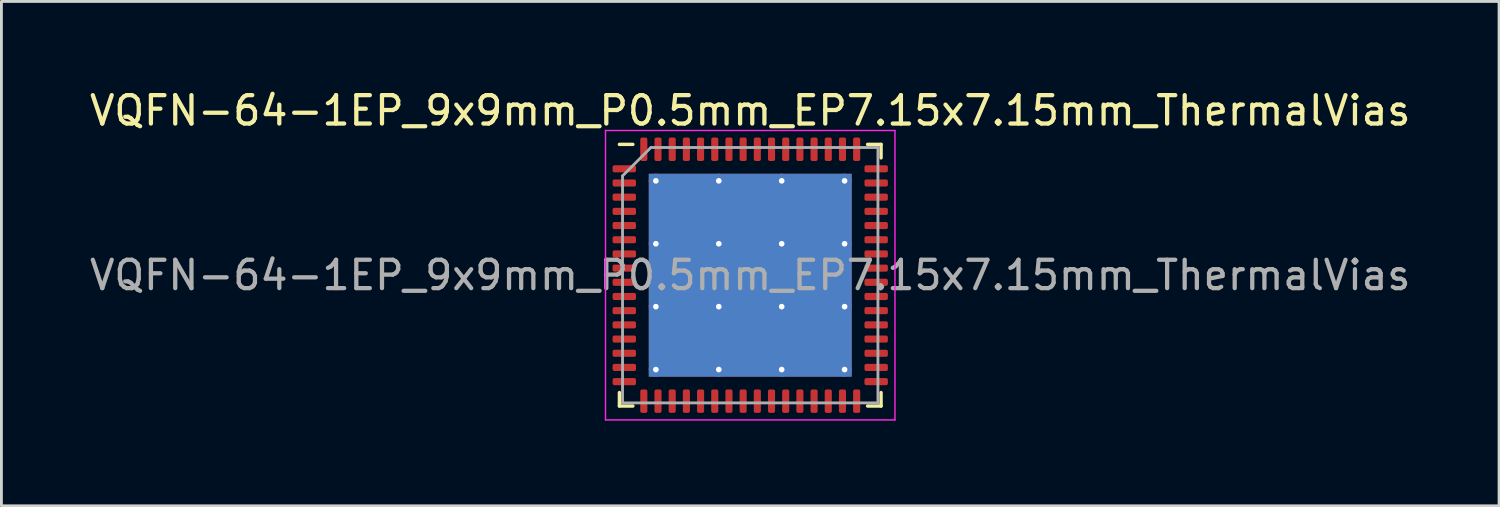
<source format=kicad_pcb>
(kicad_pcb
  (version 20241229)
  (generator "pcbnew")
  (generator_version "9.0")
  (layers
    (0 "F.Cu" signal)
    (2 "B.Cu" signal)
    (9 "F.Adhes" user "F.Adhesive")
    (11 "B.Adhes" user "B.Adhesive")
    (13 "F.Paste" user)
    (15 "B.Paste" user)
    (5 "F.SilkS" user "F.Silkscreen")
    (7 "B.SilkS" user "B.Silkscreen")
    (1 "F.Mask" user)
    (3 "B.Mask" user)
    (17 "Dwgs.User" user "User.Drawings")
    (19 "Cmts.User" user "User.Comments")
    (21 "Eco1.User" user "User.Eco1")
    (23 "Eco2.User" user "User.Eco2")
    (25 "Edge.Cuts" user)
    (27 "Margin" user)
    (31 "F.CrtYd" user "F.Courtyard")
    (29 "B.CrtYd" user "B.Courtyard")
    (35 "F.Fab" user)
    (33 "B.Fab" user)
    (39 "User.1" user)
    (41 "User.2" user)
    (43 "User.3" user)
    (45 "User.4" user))
  (footprint "VQFN-64-1EP_9x9mm_P0.5mm_EP7.15x7.15mm_ThermalVias"
    (layer "F.Cu")
    (at 23.387 6.648)
    (property "Reference" "VQFN-64-1EP_9x9mm_P0.5mm_EP7.15x7.15mm_ThermalVias" (at 0 -5.8 0) (layer "F.SilkS") (effects (font (size 1 1) (thickness 0.15))))
    (attr smd)
    (fp_line (start -4.61 4.61) (end -4.61 4.135) (stroke (width 0.12) (type solid)) (layer "F.SilkS"))
    (fp_line (start -4.135 -4.61) (end -4.61 -4.61) (stroke (width 0.12) (type solid)) (layer "F.SilkS"))
    (fp_line (start -4.135 4.61) (end -4.61 4.61) (stroke (width 0.12) (type solid)) (layer "F.SilkS"))
    (fp_line (start 4.135 -4.61) (end 4.61 -4.61) (stroke (width 0.12) (type solid)) (layer "F.SilkS"))
    (fp_line (start 4.135 4.61) (end 4.61 4.61) (stroke (width 0.12) (type solid)) (layer "F.SilkS"))
    (fp_line (start 4.61 -4.61) (end 4.61 -4.135) (stroke (width 0.12) (type solid)) (layer "F.SilkS"))
    (fp_line (start 4.61 4.61) (end 4.61 4.135) (stroke (width 0.12) (type solid)) (layer "F.SilkS"))
    (fp_line (start -5.1 -5.1) (end -5.1 5.1) (stroke (width 0.05) (type solid)) (layer "F.CrtYd"))
    (fp_line (start -5.1 5.1) (end 5.1 5.1) (stroke (width 0.05) (type solid)) (layer "F.CrtYd"))
    (fp_line (start 5.1 -5.1) (end -5.1 -5.1) (stroke (width 0.05) (type solid)) (layer "F.CrtYd"))
    (fp_line (start 5.1 5.1) (end 5.1 -5.1) (stroke (width 0.05) (type solid)) (layer "F.CrtYd"))
    (fp_line (start -4.5 -3.5) (end -3.5 -4.5) (stroke (width 0.1) (type solid)) (layer "F.Fab"))
    (fp_line (start -4.5 4.5) (end -4.5 -3.5) (stroke (width 0.1) (type solid)) (layer "F.Fab"))
    (fp_line (start -3.5 -4.5) (end 4.5 -4.5) (stroke (width 0.1) (type solid)) (layer "F.Fab"))
    (fp_line (start 4.5 -4.5) (end 4.5 4.5) (stroke (width 0.1) (type solid)) (layer "F.Fab"))
    (fp_line (start 4.5 4.5) (end -4.5 4.5) (stroke (width 0.1) (type solid)) (layer "F.Fab"))
    (fp_text user "${REFERENCE}" (at 0 0 0) (layer "F.Fab") (effects (font (size 1 1) (thickness 0.15))))
    (pad "" smd roundrect (at -2.38 -2.38) (size 1.92 1.92) (layers "F.Paste") (roundrect_rratio 0.13))
    (pad "" smd roundrect (at -2.38 0) (size 1.92 1.92) (layers "F.Paste") (roundrect_rratio 0.13))
    (pad "" smd roundrect (at -2.38 2.38) (size 1.92 1.92) (layers "F.Paste") (roundrect_rratio 0.13))
    (pad "" smd roundrect (at 0 -2.38) (size 1.92 1.92) (layers "F.Paste") (roundrect_rratio 0.13))
    (pad "" smd roundrect (at 0 0) (size 1.92 1.92) (layers "F.Paste") (roundrect_rratio 0.13))
    (pad "" smd roundrect (at 0 2.38) (size 1.92 1.92) (layers "F.Paste") (roundrect_rratio 0.13))
    (pad "" smd roundrect (at 2.38 -2.38) (size 1.92 1.92) (layers "F.Paste") (roundrect_rratio 0.13))
    (pad "" smd roundrect (at 2.38 0) (size 1.92 1.92) (layers "F.Paste") (roundrect_rratio 0.13))
    (pad "" smd roundrect (at 2.38 2.38) (size 1.92 1.92) (layers "F.Paste") (roundrect_rratio 0.13))
    (pad "1" smd roundrect (at -4.438 -3.75) (size 0.825 0.25) (layers "F.Cu" "F.Mask" "F.Paste") (roundrect_rratio 0.25))
    (pad "2" smd roundrect (at -4.438 -3.25) (size 0.825 0.25) (layers "F.Cu" "F.Mask" "F.Paste") (roundrect_rratio 0.25))
    (pad "3" smd roundrect (at -4.438 -2.75) (size 0.825 0.25) (layers "F.Cu" "F.Mask" "F.Paste") (roundrect_rratio 0.25))
    (pad "4" smd roundrect (at -4.438 -2.25) (size 0.825 0.25) (layers "F.Cu" "F.Mask" "F.Paste") (roundrect_rratio 0.25))
    (pad "5" smd roundrect (at -4.438 -1.75) (size 0.825 0.25) (layers "F.Cu" "F.Mask" "F.Paste") (roundrect_rratio 0.25))
    (pad "6" smd roundrect (at -4.438 -1.25) (size 0.825 0.25) (layers "F.Cu" "F.Mask" "F.Paste") (roundrect_rratio 0.25))
    (pad "7" smd roundrect (at -4.438 -0.75) (size 0.825 0.25) (layers "F.Cu" "F.Mask" "F.Paste") (roundrect_rratio 0.25))
    (pad "8" smd roundrect (at -4.438 -0.25) (size 0.825 0.25) (layers "F.Cu" "F.Mask" "F.Paste") (roundrect_rratio 0.25))
    (pad "9" smd roundrect (at -4.438 0.25) (size 0.825 0.25) (layers "F.Cu" "F.Mask" "F.Paste") (roundrect_rratio 0.25))
    (pad "10" smd roundrect (at -4.438 0.75) (size 0.825 0.25) (layers "F.Cu" "F.Mask" "F.Paste") (roundrect_rratio 0.25))
    (pad "11" smd roundrect (at -4.438 1.25) (size 0.825 0.25) (layers "F.Cu" "F.Mask" "F.Paste") (roundrect_rratio 0.25))
    (pad "12" smd roundrect (at -4.438 1.75) (size 0.825 0.25) (layers "F.Cu" "F.Mask" "F.Paste") (roundrect_rratio 0.25))
    (pad "13" smd roundrect (at -4.438 2.25) (size 0.825 0.25) (layers "F.Cu" "F.Mask" "F.Paste") (roundrect_rratio 0.25))
    (pad "14" smd roundrect (at -4.438 2.75) (size 0.825 0.25) (layers "F.Cu" "F.Mask" "F.Paste") (roundrect_rratio 0.25))
    (pad "15" smd roundrect (at -4.438 3.25) (size 0.825 0.25) (layers "F.Cu" "F.Mask" "F.Paste") (roundrect_rratio 0.25))
    (pad "16" smd roundrect (at -4.438 3.75) (size 0.825 0.25) (layers "F.Cu" "F.Mask" "F.Paste") (roundrect_rratio 0.25))
    (pad "17" smd roundrect (at -3.75 4.438) (size 0.25 0.825) (layers "F.Cu" "F.Mask" "F.Paste") (roundrect_rratio 0.25))
    (pad "18" smd roundrect (at -3.25 4.438) (size 0.25 0.825) (layers "F.Cu" "F.Mask" "F.Paste") (roundrect_rratio 0.25))
    (pad "19" smd roundrect (at -2.75 4.438) (size 0.25 0.825) (layers "F.Cu" "F.Mask" "F.Paste") (roundrect_rratio 0.25))
    (pad "20" smd roundrect (at -2.25 4.438) (size 0.25 0.825) (layers "F.Cu" "F.Mask" "F.Paste") (roundrect_rratio 0.25))
    (pad "21" smd roundrect (at -1.75 4.438) (size 0.25 0.825) (layers "F.Cu" "F.Mask" "F.Paste") (roundrect_rratio 0.25))
    (pad "22" smd roundrect (at -1.25 4.438) (size 0.25 0.825) (layers "F.Cu" "F.Mask" "F.Paste") (roundrect_rratio 0.25))
    (pad "23" smd roundrect (at -0.75 4.438) (size 0.25 0.825) (layers "F.Cu" "F.Mask" "F.Paste") (roundrect_rratio 0.25))
    (pad "24" smd roundrect (at -0.25 4.438) (size 0.25 0.825) (layers "F.Cu" "F.Mask" "F.Paste") (roundrect_rratio 0.25))
    (pad "25" smd roundrect (at 0.25 4.438) (size 0.25 0.825) (layers "F.Cu" "F.Mask" "F.Paste") (roundrect_rratio 0.25))
    (pad "26" smd roundrect (at 0.75 4.438) (size 0.25 0.825) (layers "F.Cu" "F.Mask" "F.Paste") (roundrect_rratio 0.25))
    (pad "27" smd roundrect (at 1.25 4.438) (size 0.25 0.825) (layers "F.Cu" "F.Mask" "F.Paste") (roundrect_rratio 0.25))
    (pad "28" smd roundrect (at 1.75 4.438) (size 0.25 0.825) (layers "F.Cu" "F.Mask" "F.Paste") (roundrect_rratio 0.25))
    (pad "29" smd roundrect (at 2.25 4.438) (size 0.25 0.825) (layers "F.Cu" "F.Mask" "F.Paste") (roundrect_rratio 0.25))
    (pad "30" smd roundrect (at 2.75 4.438) (size 0.25 0.825) (layers "F.Cu" "F.Mask" "F.Paste") (roundrect_rratio 0.25))
    (pad "31" smd roundrect (at 3.25 4.438) (size 0.25 0.825) (layers "F.Cu" "F.Mask" "F.Paste") (roundrect_rratio 0.25))
    (pad "32" smd roundrect (at 3.75 4.438) (size 0.25 0.825) (layers "F.Cu" "F.Mask" "F.Paste") (roundrect_rratio 0.25))
    (pad "33" smd roundrect (at 4.438 3.75) (size 0.825 0.25) (layers "F.Cu" "F.Mask" "F.Paste") (roundrect_rratio 0.25))
    (pad "34" smd roundrect (at 4.438 3.25) (size 0.825 0.25) (layers "F.Cu" "F.Mask" "F.Paste") (roundrect_rratio 0.25))
    (pad "35" smd roundrect (at 4.438 2.75) (size 0.825 0.25) (layers "F.Cu" "F.Mask" "F.Paste") (roundrect_rratio 0.25))
    (pad "36" smd roundrect (at 4.438 2.25) (size 0.825 0.25) (layers "F.Cu" "F.Mask" "F.Paste") (roundrect_rratio 0.25))
    (pad "37" smd roundrect (at 4.438 1.75) (size 0.825 0.25) (layers "F.Cu" "F.Mask" "F.Paste") (roundrect_rratio 0.25))
    (pad "38" smd roundrect (at 4.438 1.25) (size 0.825 0.25) (layers "F.Cu" "F.Mask" "F.Paste") (roundrect_rratio 0.25))
    (pad "39" smd roundrect (at 4.438 0.75) (size 0.825 0.25) (layers "F.Cu" "F.Mask" "F.Paste") (roundrect_rratio 0.25))
    (pad "40" smd roundrect (at 4.438 0.25) (size 0.825 0.25) (layers "F.Cu" "F.Mask" "F.Paste") (roundrect_rratio 0.25))
    (pad "41" smd roundrect (at 4.438 -0.25) (size 0.825 0.25) (layers "F.Cu" "F.Mask" "F.Paste") (roundrect_rratio 0.25))
    (pad "42" smd roundrect (at 4.438 -0.75) (size 0.825 0.25) (layers "F.Cu" "F.Mask" "F.Paste") (roundrect_rratio 0.25))
    (pad "43" smd roundrect (at 4.438 -1.25) (size 0.825 0.25) (layers "F.Cu" "F.Mask" "F.Paste") (roundrect_rratio 0.25))
    (pad "44" smd roundrect (at 4.438 -1.75) (size 0.825 0.25) (layers "F.Cu" "F.Mask" "F.Paste") (roundrect_rratio 0.25))
    (pad "45" smd roundrect (at 4.438 -2.25) (size 0.825 0.25) (layers "F.Cu" "F.Mask" "F.Paste") (roundrect_rratio 0.25))
    (pad "46" smd roundrect (at 4.438 -2.75) (size 0.825 0.25) (layers "F.Cu" "F.Mask" "F.Paste") (roundrect_rratio 0.25))
    (pad "47" smd roundrect (at 4.438 -3.25) (size 0.825 0.25) (layers "F.Cu" "F.Mask" "F.Paste") (roundrect_rratio 0.25))
    (pad "48" smd roundrect (at 4.438 -3.75) (size 0.825 0.25) (layers "F.Cu" "F.Mask" "F.Paste") (roundrect_rratio 0.25))
    (pad "49" smd roundrect (at 3.75 -4.438) (size 0.25 0.825) (layers "F.Cu" "F.Mask" "F.Paste") (roundrect_rratio 0.25))
    (pad "50" smd roundrect (at 3.25 -4.438) (size 0.25 0.825) (layers "F.Cu" "F.Mask" "F.Paste") (roundrect_rratio 0.25))
    (pad "51" smd roundrect (at 2.75 -4.438) (size 0.25 0.825) (layers "F.Cu" "F.Mask" "F.Paste") (roundrect_rratio 0.25))
    (pad "52" smd roundrect (at 2.25 -4.438) (size 0.25 0.825) (layers "F.Cu" "F.Mask" "F.Paste") (roundrect_rratio 0.25))
    (pad "53" smd roundrect (at 1.75 -4.438) (size 0.25 0.825) (layers "F.Cu" "F.Mask" "F.Paste") (roundrect_rratio 0.25))
    (pad "54" smd roundrect (at 1.25 -4.438) (size 0.25 0.825) (layers "F.Cu" "F.Mask" "F.Paste") (roundrect_rratio 0.25))
    (pad "55" smd roundrect (at 0.75 -4.438) (size 0.25 0.825) (layers "F.Cu" "F.Mask" "F.Paste") (roundrect_rratio 0.25))
    (pad "56" smd roundrect (at 0.25 -4.438) (size 0.25 0.825) (layers "F.Cu" "F.Mask" "F.Paste") (roundrect_rratio 0.25))
    (pad "57" smd roundrect (at -0.25 -4.438) (size 0.25 0.825) (layers "F.Cu" "F.Mask" "F.Paste") (roundrect_rratio 0.25))
    (pad "58" smd roundrect (at -0.75 -4.438) (size 0.25 0.825) (layers "F.Cu" "F.Mask" "F.Paste") (roundrect_rratio 0.25))
    (pad "59" smd roundrect (at -1.25 -4.438) (size 0.25 0.825) (layers "F.Cu" "F.Mask" "F.Paste") (roundrect_rratio 0.25))
    (pad "60" smd roundrect (at -1.75 -4.438) (size 0.25 0.825) (layers "F.Cu" "F.Mask" "F.Paste") (roundrect_rratio 0.25))
    (pad "61" smd roundrect (at -2.25 -4.438) (size 0.25 0.825) (layers "F.Cu" "F.Mask" "F.Paste") (roundrect_rratio 0.25))
    (pad "62" smd roundrect (at -2.75 -4.438) (size 0.25 0.825) (layers "F.Cu" "F.Mask" "F.Paste") (roundrect_rratio 0.25))
    (pad "63" smd roundrect (at -3.25 -4.438) (size 0.25 0.825) (layers "F.Cu" "F.Mask" "F.Paste") (roundrect_rratio 0.25))
    (pad "64" smd roundrect (at -3.75 -4.438) (size 0.25 0.825) (layers "F.Cu" "F.Mask" "F.Paste") (roundrect_rratio 0.25))
    (pad "65" thru_hole circle (at -3.325 -3.325) (size 0.5 0.5) (drill 0.2) (layers "*.Cu"))
    (pad "65" thru_hole circle (at -3.325 -1.108) (size 0.5 0.5) (drill 0.2) (layers "*.Cu"))
    (pad "65" thru_hole circle (at -3.325 1.108) (size 0.5 0.5) (drill 0.2) (layers "*.Cu"))
    (pad "65" thru_hole circle (at -3.325 3.325) (size 0.5 0.5) (drill 0.2) (layers "*.Cu"))
    (pad "65" thru_hole circle (at -1.108 -3.325) (size 0.5 0.5) (drill 0.2) (layers "*.Cu"))
    (pad "65" thru_hole circle (at -1.108 -1.108) (size 0.5 0.5) (drill 0.2) (layers "*.Cu"))
    (pad "65" thru_hole circle (at -1.108 1.108) (size 0.5 0.5) (drill 0.2) (layers "*.Cu"))
    (pad "65" thru_hole circle (at -1.108 3.325) (size 0.5 0.5) (drill 0.2) (layers "*.Cu"))
    (pad "65" smd rect (at 0 0) (size 7.15 7.15) (layers "F.Cu" "F.Mask"))
    (pad "65" smd rect (at 0 0) (size 7.15 7.15) (layers "B.Cu"))
    (pad "65" thru_hole circle (at 1.108 -3.325) (size 0.5 0.5) (drill 0.2) (layers "*.Cu"))
    (pad "65" thru_hole circle (at 1.108 -1.108) (size 0.5 0.5) (drill 0.2) (layers "*.Cu"))
    (pad "65" thru_hole circle (at 1.108 1.108) (size 0.5 0.5) (drill 0.2) (layers "*.Cu"))
    (pad "65" thru_hole circle (at 1.108 3.325) (size 0.5 0.5) (drill 0.2) (layers "*.Cu"))
    (pad "65" thru_hole circle (at 3.325 -3.325) (size 0.5 0.5) (drill 0.2) (layers "*.Cu"))
    (pad "65" thru_hole circle (at 3.325 -1.108) (size 0.5 0.5) (drill 0.2) (layers "*.Cu"))
    (pad "65" thru_hole circle (at 3.325 1.108) (size 0.5 0.5) (drill 0.2) (layers "*.Cu"))
    (pad "65" thru_hole circle (at 3.325 3.325) (size 0.5 0.5) (drill 0.2) (layers "*.Cu")))
  (gr_rect
    (start -3 -3)
    (end 49.774 14.773)
    (stroke (width 0.1) (type default))
    (fill no)
    (layer "Edge.Cuts")))
</source>
